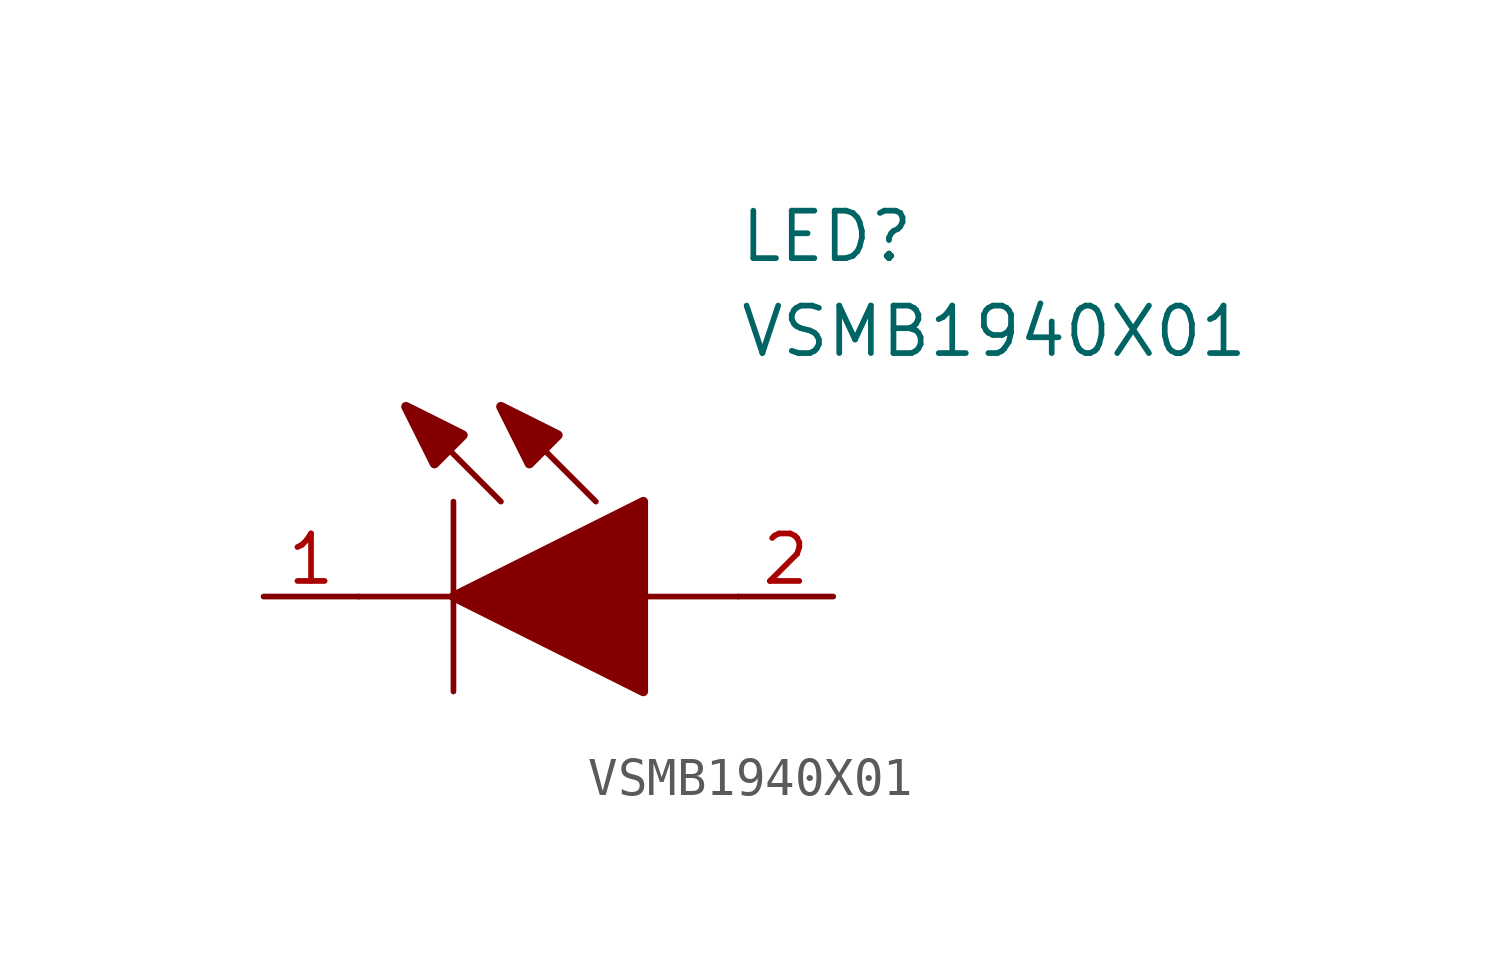
<source format=kicad_sym>
(kicad_symbol_lib
  (version 20211014)
  (generator kicad_symbol_editor)
  (symbol "VSMB1940X01"
    (pin_names
      (offset 0.762))
    (property "Reference" "LED"
      (at 12.7 8.89 0)
      (effects (font (size 1.27 1.27)) (justify left bottom)))
    (property "Value" "VSMB1940X01"
      (at 12.7 6.35 0)
      (effects (font (size 1.27 1.27)) (justify left bottom)))
    (symbol "VSMB1940X01_0_0"
      (pin passive line (at 0 0 0) (length 2.54) (name "~" (effects (font (size 1.27 1.27)))) (number "1" (effects (font (size 1.27 1.27)))))
      (pin passive line (at 15.24 0 180) (length 2.54) (name "~" (effects (font (size 1.27 1.27)))) (number "2" (effects (font (size 1.27 1.27))))))
    (symbol "VSMB1940X01_0_1"
      (polyline (pts (xy 2.54 0) (xy 5.08 0)) (stroke (width 0.152) (type default) (color 0 0 0 0)) (fill (type none)))
      (polyline (pts (xy 5.08 2.54) (xy 5.08 -2.54)) (stroke (width 0.152) (type default) (color 0 0 0 0)) (fill (type none)))
      (polyline (pts (xy 6.35 2.54) (xy 3.81 5.08)) (stroke (width 0.152) (type default) (color 0 0 0 0)) (fill (type none)))
      (polyline (pts (xy 8.89 2.54) (xy 6.35 5.08)) (stroke (width 0.152) (type default) (color 0 0 0 0)) (fill (type none)))
      (polyline (pts (xy 10.16 0) (xy 12.7 0)) (stroke (width 0.152) (type default) (color 0 0 0 0)) (fill (type none)))
      (polyline (pts (xy 5.08 0) (xy 10.16 2.54) (xy 10.16 -2.54) (xy 5.08 0)) (stroke (width 0.254) (type default) (color 0 0 0 0)) (fill (type outline)))
      (polyline (pts (xy 5.334 4.318) (xy 4.572 3.556) (xy 3.81 5.08) (xy 5.334 4.318)) (stroke (width 0.254) (type default) (color 0 0 0 0)) (fill (type outline)))
      (polyline (pts (xy 7.874 4.318) (xy 7.112 3.556) (xy 6.35 5.08) (xy 7.874 4.318)) (stroke (width 0.254) (type default) (color 0 0 0 0)) (fill (type outline))))))
</source>
